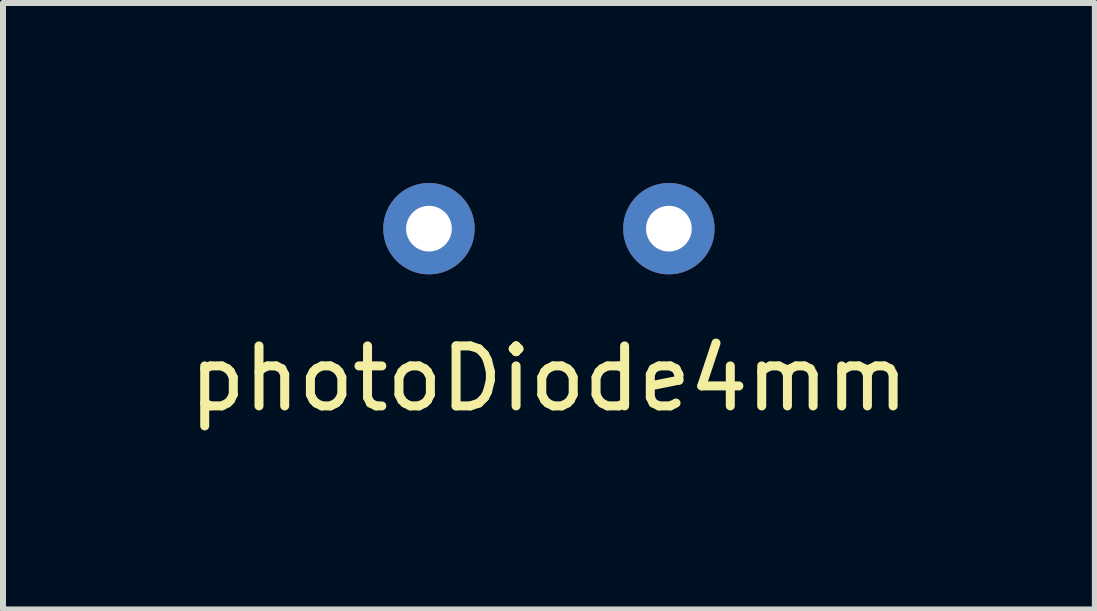
<source format=kicad_pcb>
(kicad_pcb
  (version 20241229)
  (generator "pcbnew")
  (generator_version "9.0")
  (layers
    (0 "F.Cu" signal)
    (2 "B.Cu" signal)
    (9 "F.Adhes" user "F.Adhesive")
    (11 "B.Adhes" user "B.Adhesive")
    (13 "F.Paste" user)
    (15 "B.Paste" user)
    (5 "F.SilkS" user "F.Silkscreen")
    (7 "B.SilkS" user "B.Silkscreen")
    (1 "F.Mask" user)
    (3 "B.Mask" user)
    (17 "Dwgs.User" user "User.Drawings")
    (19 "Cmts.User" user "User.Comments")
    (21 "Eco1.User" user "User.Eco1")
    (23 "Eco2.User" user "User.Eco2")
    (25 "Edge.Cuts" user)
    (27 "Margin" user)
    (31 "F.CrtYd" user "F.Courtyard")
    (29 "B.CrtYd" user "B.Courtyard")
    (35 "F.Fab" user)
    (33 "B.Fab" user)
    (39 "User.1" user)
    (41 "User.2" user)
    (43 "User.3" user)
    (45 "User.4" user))
  (footprint "photoDiode4mm"
    (layer "F.Cu")
    (at 6.101 2.762)
    (property "Reference" "photoDiode4mm" (at 0 0.5 0) (layer "F.SilkS") (effects (font (size 1 1) (thickness 0.15))))
    (attr through_hole)
    (pad "1" thru_hole circle (at -2 -2) (size 1.524 1.524) (drill 0.762) (layers "*.Cu" "*.Mask"))
    (pad "2" thru_hole circle (at 2 -2) (size 1.524 1.524) (drill 0.762) (layers "*.Cu" "*.Mask")))
  (gr_rect
    (start -3 -3)
    (end 15.202 7.11)
    (stroke (width 0.1) (type default))
    (fill no)
    (layer "Edge.Cuts")))
</source>
